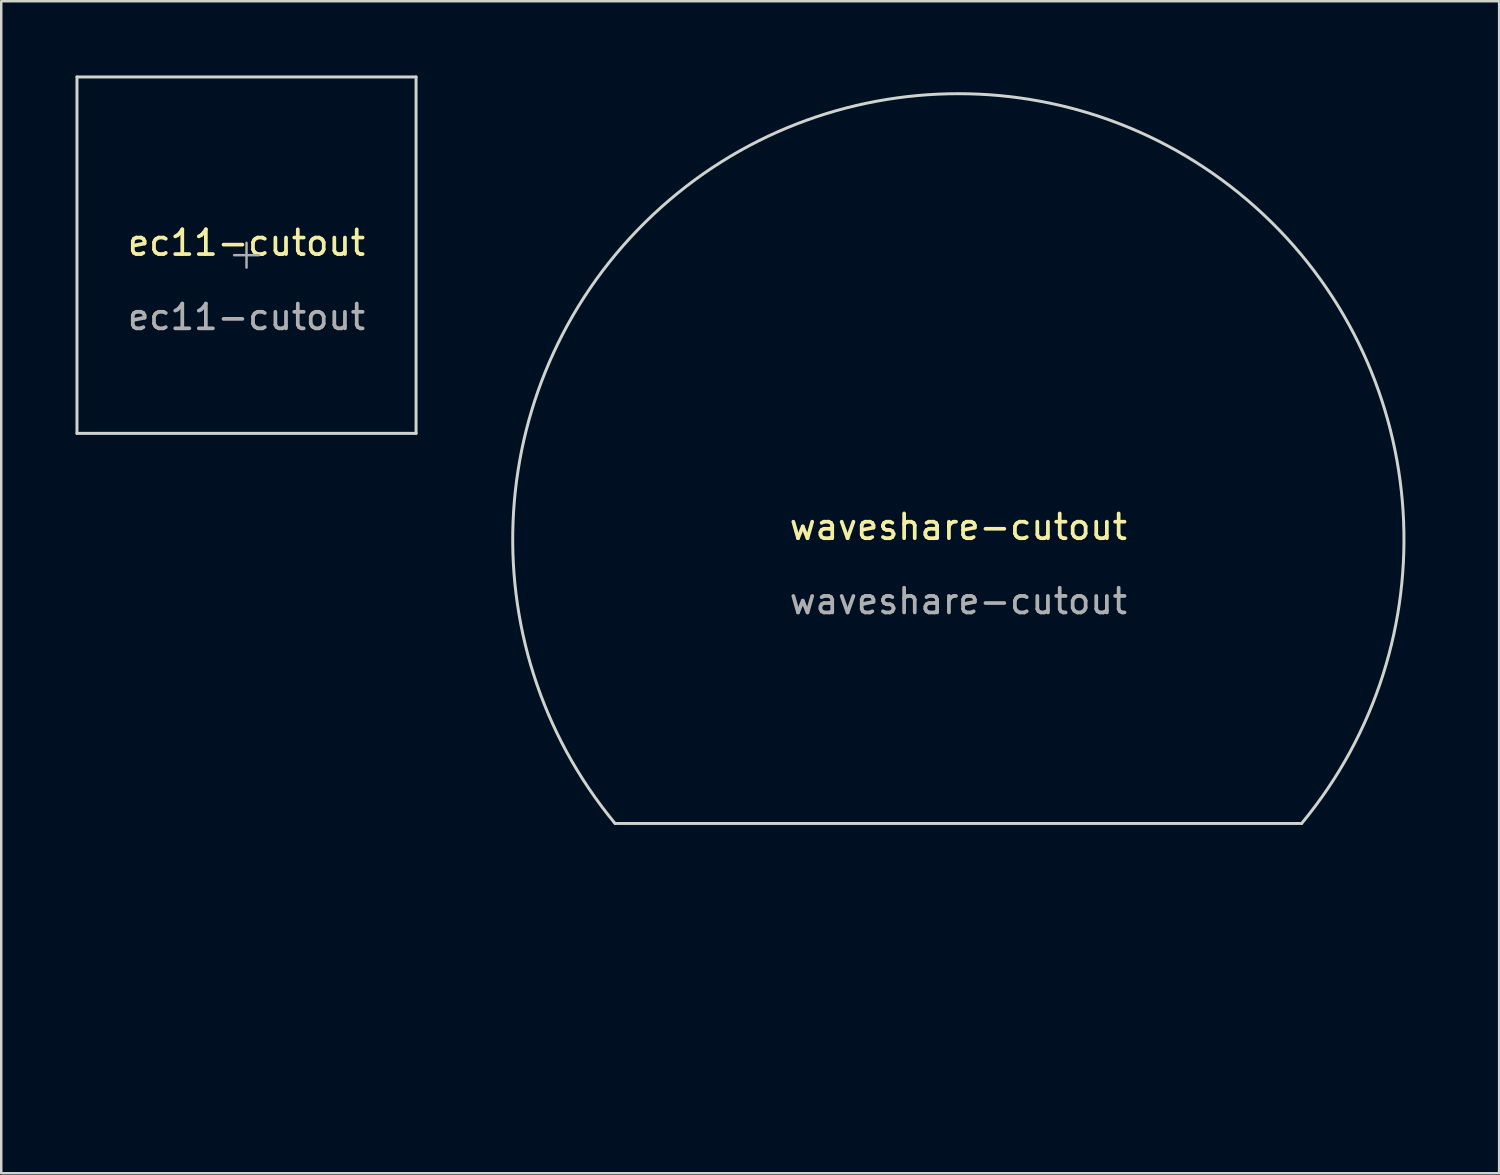
<source format=kicad_pcb>
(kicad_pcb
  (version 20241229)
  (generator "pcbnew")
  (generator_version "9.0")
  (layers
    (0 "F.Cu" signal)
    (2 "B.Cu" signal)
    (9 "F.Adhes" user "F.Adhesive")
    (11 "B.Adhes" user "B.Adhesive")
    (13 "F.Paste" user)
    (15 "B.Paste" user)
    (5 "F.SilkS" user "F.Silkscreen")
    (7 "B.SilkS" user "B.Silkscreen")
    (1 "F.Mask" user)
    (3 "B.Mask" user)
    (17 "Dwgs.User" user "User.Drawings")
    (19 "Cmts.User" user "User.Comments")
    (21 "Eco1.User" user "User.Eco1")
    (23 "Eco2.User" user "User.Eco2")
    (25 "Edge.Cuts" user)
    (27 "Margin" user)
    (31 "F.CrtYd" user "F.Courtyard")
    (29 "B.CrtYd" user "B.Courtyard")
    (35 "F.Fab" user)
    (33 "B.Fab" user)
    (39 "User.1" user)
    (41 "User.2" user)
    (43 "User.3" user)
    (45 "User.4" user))
  (footprint "waveshare-cutout"
    (layer "F.Cu")
    (at 35.67 18.74)
    (property "Reference" "waveshare-cutout" (at 0 -0.5 0) (unlocked yes) (layer "F.SilkS") (effects (font (size 1 1) (thickness 0.15))))
    (fp_line (start -13.87 11.48) (end 13.87 11.48) (stroke (width 0.12) (type default)) (layer "Edge.Cuts"))
    (fp_arc (start -13.87 11.48) (mid 0 -18.004647) (end 13.87 11.48) (stroke (width 0.12) (type default)) (layer "Edge.Cuts"))
    (fp_line (start -13.869 11.474) (end 13.869 11.474) (stroke (width 0.2) (type solid)) (layer "User.9"))
    (fp_line (start -2.5 0) (end 2.5 0) (stroke (width 0.2) (type solid)) (layer "User.9"))
    (fp_line (start 0.000005 2.5) (end 0.000005 -2.5) (stroke (width 0.2) (type solid)) (layer "User.9"))
    (fp_line (start 6.807 22.479) (end -7.114 22.513) (stroke (width 0.2) (type solid)) (layer "User.9"))
    (fp_curve (pts (xy -18.75 -0.511) (xy -18.737 -8.289) (xy -12.221 -18.63) (xy 0.058 -18.64)) (stroke (width 0.2) (type solid)) (layer "User.9"))
    (fp_curve (pts (xy -12.322 -13.121) (xy -19.249 -6.617) (xy -19.926 4.152) (xy -13.869 11.474)) (stroke (width 0.2) (type solid)) (layer "User.9"))
    (fp_curve (pts (xy -11.777 15.161) (xy -14.67 12.513) (xy -18.763 7.268) (xy -18.75 -0.511)) (stroke (width 0.2) (type solid)) (layer "User.9"))
    (fp_curve (pts (xy -7.114 22.513) (xy -7.114 18.559) (xy -10.234 16.573) (xy -11.777 15.161)) (stroke (width 0.2) (type solid)) (layer "User.9"))
    (fp_curve (pts (xy 0.058 -18.64) (xy 12.337 -18.65) (xy 18.798 -7.996) (xy 18.75 -0.48)) (stroke (width 0.2) (type solid)) (layer "User.9"))
    (fp_curve (pts (xy 11.412 15.258) (xy 9.918 16.486) (xy 6.927 18.593) (xy 6.807 22.479)) (stroke (width 0.2) (type solid)) (layer "User.9"))
    (fp_curve (pts (xy 12.322 -13.121) (xy 5.395 -19.626) (xy -5.395 -19.626) (xy -12.322 -13.121)) (stroke (width 0.2) (type solid)) (layer "User.9"))
    (fp_curve (pts (xy 13.869 11.474) (xy 19.926 4.152) (xy 19.249 -6.617) (xy 12.322 -13.121)) (stroke (width 0.2) (type solid)) (layer "User.9"))
    (fp_curve (pts (xy 18.75 -0.48) (xy 18.701 7.035) (xy 14.707 12.551) (xy 11.412 15.258)) (stroke (width 0.2) (type solid)) (layer "User.9"))
    (fp_text user "${REFERENCE}" (at 0 2.5 0) (unlocked yes) (layer "F.Fab") (effects (font (size 1 1) (thickness 0.15)))))
  (footprint "ec11-cutout"
    (layer "F.Cu")
    (at 6.91 7.26)
    (property "Reference" "ec11-cutout" (at 0 -0.5 0) (unlocked yes) (layer "F.SilkS") (effects (font (size 1 1) (thickness 0.15))))
    (fp_line (start -6.85 -7.2) (end 6.85 -7.2) (stroke (width 0.12) (type default)) (layer "Edge.Cuts"))
    (fp_line (start -6.85 7.2) (end -6.85 -7.2) (stroke (width 0.12) (type default)) (layer "Edge.Cuts"))
    (fp_line (start 6.85 -7.2) (end 6.85 7.2) (stroke (width 0.12) (type default)) (layer "Edge.Cuts"))
    (fp_line (start 6.85 7.2) (end -6.85 7.2) (stroke (width 0.12) (type default)) (layer "Edge.Cuts"))
    (fp_line (start 0 0.5) (end 0 -0.5) (stroke (width 0.1) (type default)) (layer "F.Fab"))
    (fp_line (start 0.5 0) (end -0.5 0) (stroke (width 0.1) (type default)) (layer "F.Fab"))
    (fp_text user "${REFERENCE}" (at 0 2.5 0) (unlocked yes) (layer "F.Fab") (effects (font (size 1 1) (thickness 0.15)))))
  (gr_rect
    (start -3 -3)
    (end 57.52 44.352)
    (stroke (width 0.1) (type default))
    (fill no)
    (layer "Edge.Cuts")))
</source>
